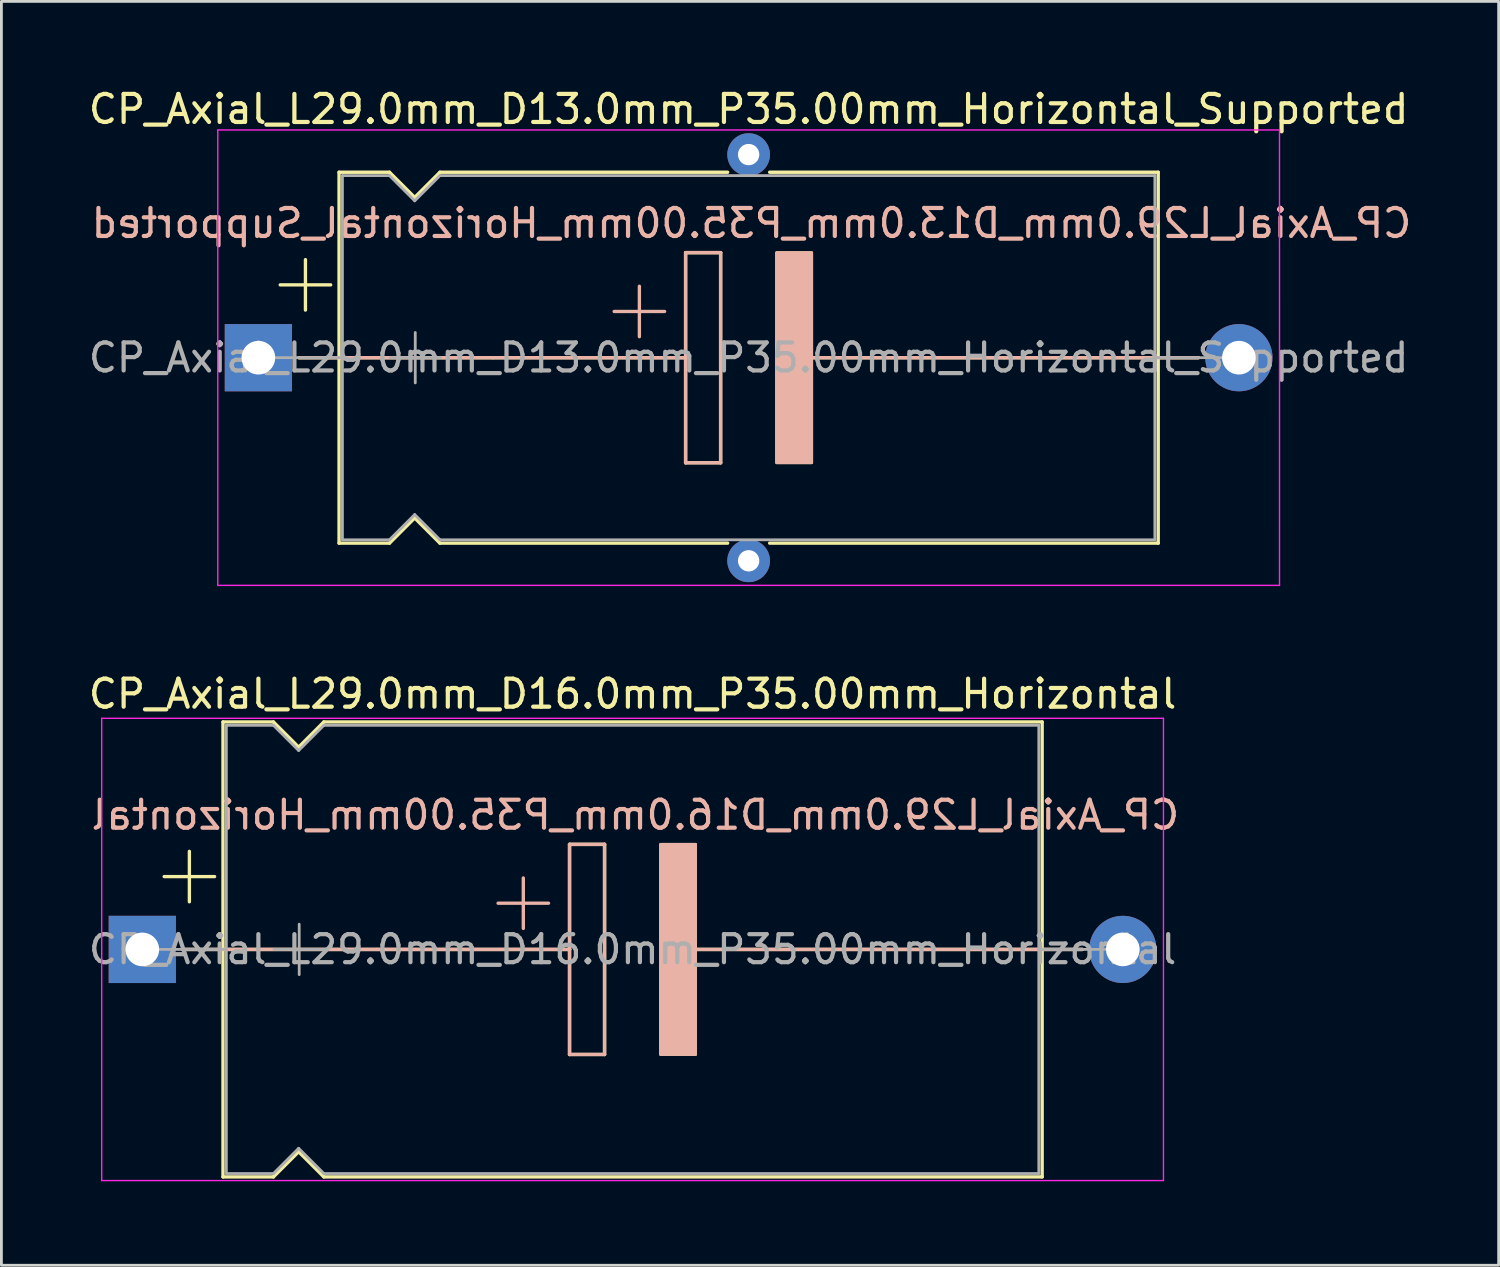
<source format=kicad_pcb>
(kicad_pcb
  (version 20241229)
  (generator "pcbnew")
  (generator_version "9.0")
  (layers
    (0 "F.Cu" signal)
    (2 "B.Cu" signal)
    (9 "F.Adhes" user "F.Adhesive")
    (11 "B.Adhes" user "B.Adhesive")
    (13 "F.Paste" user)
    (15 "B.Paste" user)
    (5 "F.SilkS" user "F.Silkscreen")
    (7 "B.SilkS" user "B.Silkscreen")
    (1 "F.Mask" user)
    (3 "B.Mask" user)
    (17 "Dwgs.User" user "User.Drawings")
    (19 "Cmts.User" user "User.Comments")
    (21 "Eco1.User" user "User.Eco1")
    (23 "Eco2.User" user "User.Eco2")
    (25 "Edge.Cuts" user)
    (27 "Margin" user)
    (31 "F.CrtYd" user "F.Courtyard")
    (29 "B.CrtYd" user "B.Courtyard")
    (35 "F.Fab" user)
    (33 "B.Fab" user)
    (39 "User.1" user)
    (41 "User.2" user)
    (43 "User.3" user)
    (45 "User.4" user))
  (footprint "CP_Axial_L29.0mm_D16.0mm_P35.00mm_Horizontal"
    (layer "F.Cu")
    (at 2.03 30.84)
    (property "Reference" "CP_Axial_L29.0mm_D16.0mm_P35.00mm_Horizontal" (at 17.5 -9.12 0) (layer "F.SilkS") (effects (font (size 1 1) (thickness 0.15))))
    (fp_line (start 0.78 -2.6) (end 2.58 -2.6) (stroke (width 0.12) (type solid)) (layer "F.SilkS"))
    (fp_line (start 1.44 0) (end 2.88 0) (stroke (width 0.12) (type solid)) (layer "F.SilkS"))
    (fp_line (start 1.68 -3.5) (end 1.68 -1.7) (stroke (width 0.12) (type solid)) (layer "F.SilkS"))
    (fp_line (start 2.88 -8.12) (end 2.88 8.12) (stroke (width 0.12) (type solid)) (layer "F.SilkS"))
    (fp_line (start 2.88 -8.12) (end 4.68 -8.12) (stroke (width 0.12) (type solid)) (layer "F.SilkS"))
    (fp_line (start 2.88 0) (end 15.25 0) (stroke (width 0.12) (type solid)) (layer "F.SilkS"))
    (fp_line (start 2.88 8.12) (end 4.68 8.12) (stroke (width 0.12) (type solid)) (layer "F.SilkS"))
    (fp_line (start 4.68 -8.12) (end 5.58 -7.22) (stroke (width 0.12) (type solid)) (layer "F.SilkS"))
    (fp_line (start 4.68 8.12) (end 5.58 7.22) (stroke (width 0.12) (type solid)) (layer "F.SilkS"))
    (fp_line (start 5.58 -7.22) (end 6.48 -8.12) (stroke (width 0.12) (type solid)) (layer "F.SilkS"))
    (fp_line (start 5.58 7.22) (end 6.48 8.12) (stroke (width 0.12) (type solid)) (layer "F.SilkS"))
    (fp_line (start 6.48 -8.12) (end 32.12 -8.12) (stroke (width 0.12) (type solid)) (layer "F.SilkS"))
    (fp_line (start 6.48 8.12) (end 32.12 8.12) (stroke (width 0.12) (type solid)) (layer "F.SilkS"))
    (fp_line (start 15.25 -3.75) (end 16.5 -3.75) (stroke (width 0.12) (type solid)) (layer "F.SilkS"))
    (fp_line (start 15.25 0) (end 15.25 -3.75) (stroke (width 0.12) (type solid)) (layer "F.SilkS"))
    (fp_line (start 15.25 3.75) (end 15.25 0) (stroke (width 0.12) (type solid)) (layer "F.SilkS"))
    (fp_line (start 16.5 -3.75) (end 16.5 3.75) (stroke (width 0.12) (type solid)) (layer "F.SilkS"))
    (fp_line (start 16.5 3.75) (end 15.25 3.75) (stroke (width 0.12) (type solid)) (layer "F.SilkS"))
    (fp_line (start 19.75 0) (end 32.12 0) (stroke (width 0.12) (type solid)) (layer "F.SilkS"))
    (fp_line (start 32.12 -8.12) (end 32.12 8.12) (stroke (width 0.12) (type solid)) (layer "F.SilkS"))
    (fp_line (start 33.56 0) (end 32.12 0) (stroke (width 0.12) (type solid)) (layer "F.SilkS"))
    (fp_poly (pts (xy 19.75 3.75) (xy 18.5 3.75) (xy 18.5 -3.75) (xy 19.75 -3.75)) (stroke (width 0.1) (type solid)) (fill yes) (layer "F.SilkS"))
    (fp_line (start 1.45 0) (end 8.38 0) (stroke (width 0.12) (type solid)) (layer "B.SilkS"))
    (fp_line (start 8.38 0) (end 15.25 0) (stroke (width 0.12) (type solid)) (layer "B.SilkS"))
    (fp_line (start 13.6 -2.55) (end 13.6 -0.75) (stroke (width 0.12) (type solid)) (layer "B.SilkS"))
    (fp_line (start 14.5 -1.65) (end 12.7 -1.65) (stroke (width 0.12) (type solid)) (layer "B.SilkS"))
    (fp_line (start 15.25 -3.75) (end 16.5 -3.75) (stroke (width 0.12) (type solid)) (layer "B.SilkS"))
    (fp_line (start 15.25 0) (end 15.25 -3.75) (stroke (width 0.12) (type solid)) (layer "B.SilkS"))
    (fp_line (start 15.25 3.75) (end 15.25 0) (stroke (width 0.12) (type solid)) (layer "B.SilkS"))
    (fp_line (start 16.5 -3.75) (end 16.5 3.75) (stroke (width 0.12) (type solid)) (layer "B.SilkS"))
    (fp_line (start 16.5 3.75) (end 15.25 3.75) (stroke (width 0.12) (type solid)) (layer "B.SilkS"))
    (fp_line (start 19.75 0) (end 26.62 0) (stroke (width 0.12) (type solid)) (layer "B.SilkS"))
    (fp_line (start 33.55 0) (end 26.62 0) (stroke (width 0.12) (type solid)) (layer "B.SilkS"))
    (fp_poly (pts (xy 19.75 3.75) (xy 18.5 3.75) (xy 18.5 -3.75) (xy 19.75 -3.75)) (stroke (width 0.1) (type solid)) (fill yes) (layer "B.SilkS"))
    (fp_line (start -1.45 -8.25) (end -1.45 8.25) (stroke (width 0.05) (type solid)) (layer "F.CrtYd"))
    (fp_line (start -1.45 8.25) (end 36.45 8.25) (stroke (width 0.05) (type solid)) (layer "F.CrtYd"))
    (fp_line (start 36.45 -8.25) (end -1.45 -8.25) (stroke (width 0.05) (type solid)) (layer "F.CrtYd"))
    (fp_line (start 36.45 8.25) (end 36.45 -8.25) (stroke (width 0.05) (type solid)) (layer "F.CrtYd"))
    (fp_line (start 0 0) (end 3 0) (stroke (width 0.1) (type solid)) (layer "F.Fab"))
    (fp_line (start 3 -8) (end 3 8) (stroke (width 0.1) (type solid)) (layer "F.Fab"))
    (fp_line (start 3 -8) (end 4.68 -8) (stroke (width 0.1) (type solid)) (layer "F.Fab"))
    (fp_line (start 3 8) (end 4.68 8) (stroke (width 0.1) (type solid)) (layer "F.Fab"))
    (fp_line (start 4.68 -8) (end 5.58 -7.1) (stroke (width 0.1) (type solid)) (layer "F.Fab"))
    (fp_line (start 4.68 8) (end 5.58 7.1) (stroke (width 0.1) (type solid)) (layer "F.Fab"))
    (fp_line (start 4.7 0) (end 6.5 0) (stroke (width 0.1) (type solid)) (layer "F.Fab"))
    (fp_line (start 5.58 -7.1) (end 6.48 -8) (stroke (width 0.1) (type solid)) (layer "F.Fab"))
    (fp_line (start 5.58 7.1) (end 6.48 8) (stroke (width 0.1) (type solid)) (layer "F.Fab"))
    (fp_line (start 5.6 -0.9) (end 5.6 0.9) (stroke (width 0.1) (type solid)) (layer "F.Fab"))
    (fp_line (start 6.48 -8) (end 32 -8) (stroke (width 0.1) (type solid)) (layer "F.Fab"))
    (fp_line (start 6.48 8) (end 32 8) (stroke (width 0.1) (type solid)) (layer "F.Fab"))
    (fp_line (start 32 -8) (end 32 8) (stroke (width 0.1) (type solid)) (layer "F.Fab"))
    (fp_line (start 35 0) (end 32 0) (stroke (width 0.1) (type solid)) (layer "F.Fab"))
    (fp_text user "${REFERENCE}" (at 17.6 -4.8 0) (layer "B.SilkS") (effects (font (size 1 1) (thickness 0.15)) (justify mirror)))
    (fp_text user "${REFERENCE}" (at 17.5 0 0) (layer "F.Fab") (effects (font (size 1 1) (thickness 0.15))))
    (pad "1" thru_hole rect (at 0 0) (size 2.4 2.4) (drill 1.2) (layers "*.Cu" "*.Mask"))
    (pad "2" thru_hole oval (at 35 0) (size 2.4 2.4) (drill 1.2) (layers "*.Cu" "*.Mask")))
  (footprint "CP_Axial_L29.0mm_D13.0mm_P35.00mm_Horizontal_Supported"
    (layer "F.Cu")
    (at 6.173 9.718)
    (property "Reference" "CP_Axial_L29.0mm_D13.0mm_P35.00mm_Horizontal_Supported" (at 17.5 -8.87 0) (layer "F.SilkS") (effects (font (size 1 1) (thickness 0.15))))
    (fp_line (start 0.78 -2.6) (end 2.58 -2.6) (stroke (width 0.12) (type solid)) (layer "F.SilkS"))
    (fp_line (start 1.44 0) (end 2.88 0) (stroke (width 0.12) (type solid)) (layer "F.SilkS"))
    (fp_line (start 1.68 -3.5) (end 1.68 -1.7) (stroke (width 0.12) (type solid)) (layer "F.SilkS"))
    (fp_line (start 2.88 -6.62) (end 2.88 6.62) (stroke (width 0.12) (type solid)) (layer "F.SilkS"))
    (fp_line (start 2.88 -6.62) (end 4.68 -6.62) (stroke (width 0.12) (type solid)) (layer "F.SilkS"))
    (fp_line (start 2.88 0) (end 15.25 0) (stroke (width 0.12) (type solid)) (layer "F.SilkS"))
    (fp_line (start 2.88 6.62) (end 4.68 6.62) (stroke (width 0.12) (type solid)) (layer "F.SilkS"))
    (fp_line (start 4.68 -6.62) (end 5.58 -5.72) (stroke (width 0.12) (type solid)) (layer "F.SilkS"))
    (fp_line (start 4.68 6.62) (end 5.58 5.72) (stroke (width 0.12) (type solid)) (layer "F.SilkS"))
    (fp_line (start 5.58 -5.72) (end 6.48 -6.62) (stroke (width 0.12) (type solid)) (layer "F.SilkS"))
    (fp_line (start 5.58 5.72) (end 6.48 6.62) (stroke (width 0.12) (type solid)) (layer "F.SilkS"))
    (fp_line (start 6.48 -6.62) (end 16.75 -6.62) (stroke (width 0.12) (type solid)) (layer "F.SilkS"))
    (fp_line (start 6.48 6.62) (end 16.75 6.62) (stroke (width 0.12) (type solid)) (layer "F.SilkS"))
    (fp_line (start 15.25 -3.75) (end 16.5 -3.75) (stroke (width 0.12) (type solid)) (layer "F.SilkS"))
    (fp_line (start 15.25 0) (end 15.25 -3.75) (stroke (width 0.12) (type solid)) (layer "F.SilkS"))
    (fp_line (start 15.25 3.75) (end 15.25 0) (stroke (width 0.12) (type solid)) (layer "F.SilkS"))
    (fp_line (start 16.5 -3.75) (end 16.5 3.75) (stroke (width 0.12) (type solid)) (layer "F.SilkS"))
    (fp_line (start 16.5 3.75) (end 15.25 3.75) (stroke (width 0.12) (type solid)) (layer "F.SilkS"))
    (fp_line (start 18.25 -6.62) (end 32.12 -6.62) (stroke (width 0.12) (type solid)) (layer "F.SilkS"))
    (fp_line (start 18.25 6.62) (end 32.12 6.62) (stroke (width 0.12) (type solid)) (layer "F.SilkS"))
    (fp_line (start 19.75 0) (end 32.12 0) (stroke (width 0.12) (type solid)) (layer "F.SilkS"))
    (fp_line (start 32.12 -6.62) (end 32.12 6.62) (stroke (width 0.12) (type solid)) (layer "F.SilkS"))
    (fp_line (start 33.56 0) (end 32.12 0) (stroke (width 0.12) (type solid)) (layer "F.SilkS"))
    (fp_poly (pts (xy 19.75 3.75) (xy 18.5 3.75) (xy 18.5 -3.75) (xy 19.75 -3.75)) (stroke (width 0.1) (type solid)) (fill yes) (layer "F.SilkS"))
    (fp_line (start 1.45 0) (end 8.38 0) (stroke (width 0.12) (type solid)) (layer "B.SilkS"))
    (fp_line (start 8.38 0) (end 15.25 0) (stroke (width 0.12) (type solid)) (layer "B.SilkS"))
    (fp_line (start 13.6 -2.55) (end 13.6 -0.75) (stroke (width 0.12) (type solid)) (layer "B.SilkS"))
    (fp_line (start 14.5 -1.65) (end 12.7 -1.65) (stroke (width 0.12) (type solid)) (layer "B.SilkS"))
    (fp_line (start 15.25 -3.75) (end 16.5 -3.75) (stroke (width 0.12) (type solid)) (layer "B.SilkS"))
    (fp_line (start 15.25 0) (end 15.25 -3.75) (stroke (width 0.12) (type solid)) (layer "B.SilkS"))
    (fp_line (start 15.25 3.75) (end 15.25 0) (stroke (width 0.12) (type solid)) (layer "B.SilkS"))
    (fp_line (start 16.5 -3.75) (end 16.5 3.75) (stroke (width 0.12) (type solid)) (layer "B.SilkS"))
    (fp_line (start 16.5 3.75) (end 15.25 3.75) (stroke (width 0.12) (type solid)) (layer "B.SilkS"))
    (fp_line (start 19.75 0) (end 26.62 0) (stroke (width 0.12) (type solid)) (layer "B.SilkS"))
    (fp_line (start 33.55 0) (end 26.62 0) (stroke (width 0.12) (type solid)) (layer "B.SilkS"))
    (fp_poly (pts (xy 19.75 3.75) (xy 18.5 3.75) (xy 18.5 -3.75) (xy 19.75 -3.75)) (stroke (width 0.1) (type solid)) (fill yes) (layer "B.SilkS"))
    (fp_line (start -1.45 -8.128) (end -1.45 8.128) (stroke (width 0.05) (type solid)) (layer "F.CrtYd"))
    (fp_line (start -1.45 8.128) (end 36.45 8.128) (stroke (width 0.05) (type solid)) (layer "F.CrtYd"))
    (fp_line (start 36.45 -8.128) (end -1.45 -8.128) (stroke (width 0.05) (type solid)) (layer "F.CrtYd"))
    (fp_line (start 36.45 8.128) (end 36.449 -8.128) (stroke (width 0.05) (type solid)) (layer "F.CrtYd"))
    (fp_line (start 0 0) (end 3 0) (stroke (width 0.1) (type solid)) (layer "F.Fab"))
    (fp_line (start 3 -6.5) (end 3 6.5) (stroke (width 0.1) (type solid)) (layer "F.Fab"))
    (fp_line (start 3 -6.5) (end 4.68 -6.5) (stroke (width 0.1) (type solid)) (layer "F.Fab"))
    (fp_line (start 3 6.5) (end 4.68 6.5) (stroke (width 0.1) (type solid)) (layer "F.Fab"))
    (fp_line (start 4.68 -6.5) (end 5.58 -5.6) (stroke (width 0.1) (type solid)) (layer "F.Fab"))
    (fp_line (start 4.68 6.5) (end 5.58 5.6) (stroke (width 0.1) (type solid)) (layer "F.Fab"))
    (fp_line (start 4.7 0) (end 6.5 0) (stroke (width 0.1) (type solid)) (layer "F.Fab"))
    (fp_line (start 5.58 -5.6) (end 6.48 -6.5) (stroke (width 0.1) (type solid)) (layer "F.Fab"))
    (fp_line (start 5.58 5.6) (end 6.48 6.5) (stroke (width 0.1) (type solid)) (layer "F.Fab"))
    (fp_line (start 5.6 -0.9) (end 5.6 0.9) (stroke (width 0.1) (type solid)) (layer "F.Fab"))
    (fp_line (start 6.48 -6.5) (end 32 -6.5) (stroke (width 0.1) (type solid)) (layer "F.Fab"))
    (fp_line (start 6.48 6.5) (end 32 6.5) (stroke (width 0.1) (type solid)) (layer "F.Fab"))
    (fp_line (start 32 -6.5) (end 32 6.5) (stroke (width 0.1) (type solid)) (layer "F.Fab"))
    (fp_line (start 35 0) (end 32 0) (stroke (width 0.1) (type solid)) (layer "F.Fab"))
    (fp_text user "${REFERENCE}" (at 17.6 -4.8 0) (layer "B.SilkS") (effects (font (size 1 1) (thickness 0.15)) (justify mirror)))
    (fp_text user "${REFERENCE}" (at 17.5 0 0) (layer "F.Fab") (effects (font (size 1 1) (thickness 0.15))))
    (pad "" thru_hole circle (at 17.5 -7.25) (size 1.524 1.524) (drill 0.762) (layers "*.Cu" "*.Mask"))
    (pad "" thru_hole circle (at 17.5 7.25) (size 1.524 1.524) (drill 0.762) (layers "*.Cu" "*.Mask"))
    (pad "1" thru_hole rect (at 0 0) (size 2.4 2.4) (drill 1.2) (layers "*.Cu" "*.Mask"))
    (pad "2" thru_hole oval (at 35 0) (size 2.4 2.4) (drill 1.2) (layers "*.Cu" "*.Mask")))
  (gr_rect
    (start -3 -3)
    (end 50.445 42.114)
    (stroke (width 0.1) (type default))
    (fill no)
    (layer "Edge.Cuts")))
</source>
